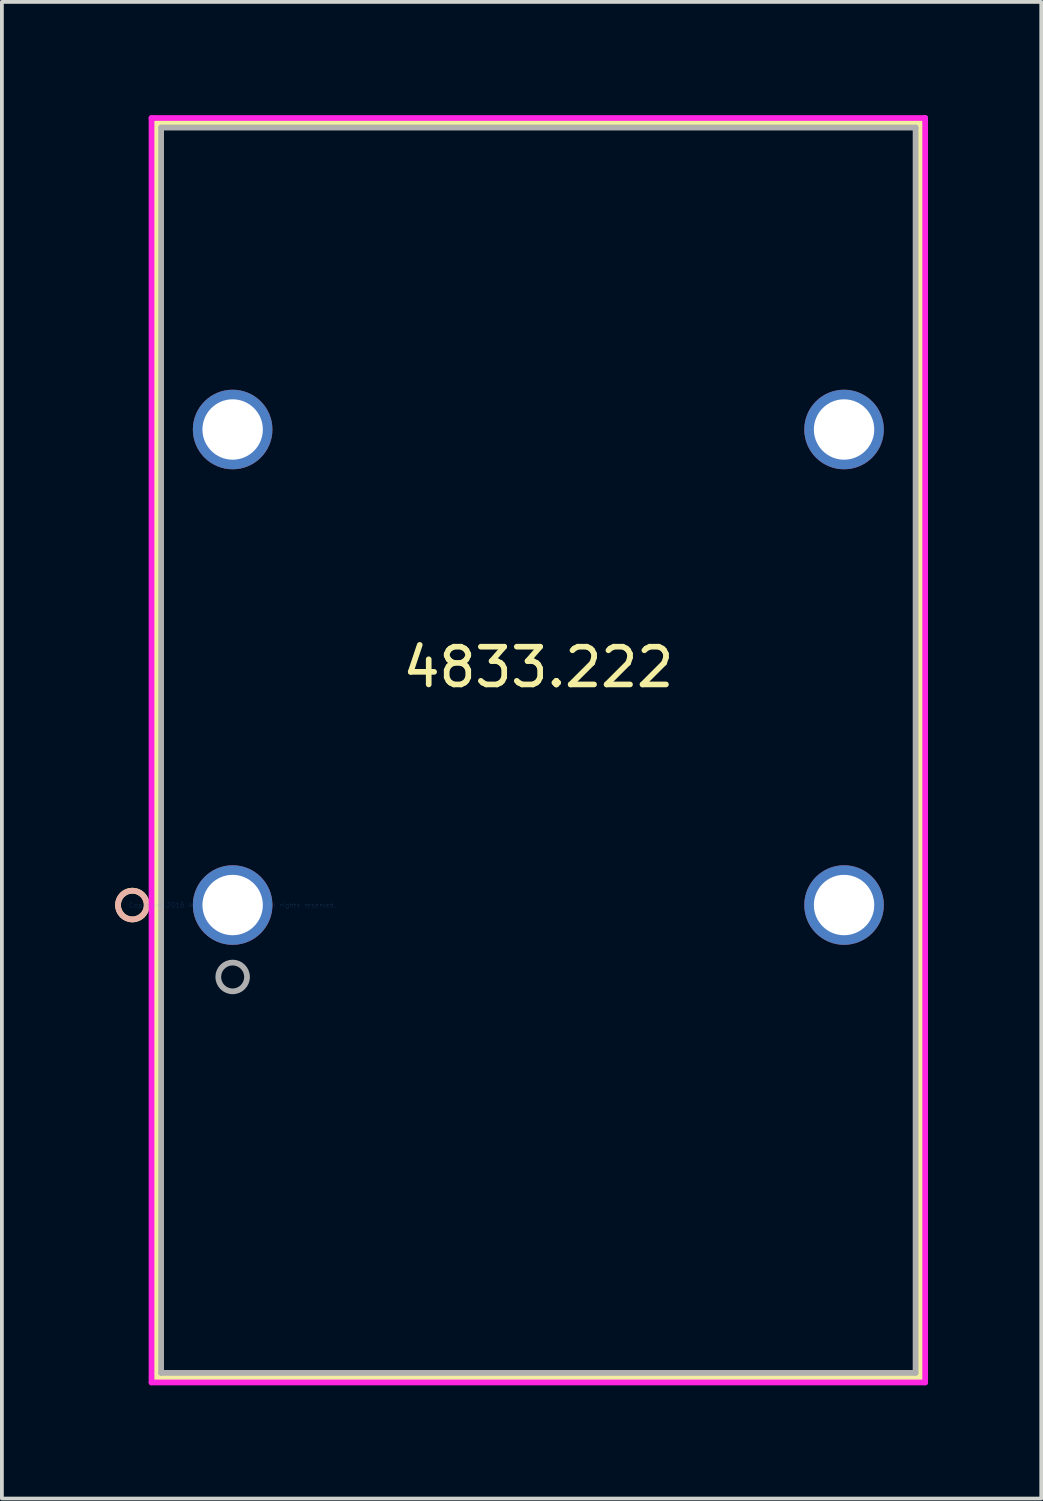
<source format=kicad_pcb>
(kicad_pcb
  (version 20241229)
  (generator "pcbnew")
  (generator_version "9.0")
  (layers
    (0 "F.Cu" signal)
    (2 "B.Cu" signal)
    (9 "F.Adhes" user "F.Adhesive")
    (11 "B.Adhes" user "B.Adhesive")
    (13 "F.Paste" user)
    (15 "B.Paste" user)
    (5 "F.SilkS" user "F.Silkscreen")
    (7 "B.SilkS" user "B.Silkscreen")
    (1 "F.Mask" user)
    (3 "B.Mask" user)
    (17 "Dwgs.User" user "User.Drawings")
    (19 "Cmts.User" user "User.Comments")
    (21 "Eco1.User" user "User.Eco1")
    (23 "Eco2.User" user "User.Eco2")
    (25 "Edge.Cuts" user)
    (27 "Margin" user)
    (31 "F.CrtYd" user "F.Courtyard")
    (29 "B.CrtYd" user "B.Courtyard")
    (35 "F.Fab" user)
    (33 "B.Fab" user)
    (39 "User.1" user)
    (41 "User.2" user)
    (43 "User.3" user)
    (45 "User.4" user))
  (footprint "4833.222"
    (layer "F.Cu")
    (at 3.114 20.93)
    (property "Reference" "4833.222" (at 8.1 -6.3 0) (layer "F.SilkS") (effects (font (size 1 1) (thickness 0.15))))
    (attr through_hole)
    (fp_line (start -2.022 -20.727) (end -2.022 12.522) (stroke (width 0.152) (type solid)) (layer "F.SilkS"))
    (fp_line (start -2.022 12.522) (end 18.222 12.522) (stroke (width 0.152) (type solid)) (layer "F.SilkS"))
    (fp_line (start 18.222 -20.727) (end -2.022 -20.727) (stroke (width 0.152) (type solid)) (layer "F.SilkS"))
    (fp_line (start 18.222 12.522) (end 18.222 -20.727) (stroke (width 0.152) (type solid)) (layer "F.SilkS"))
    (fp_circle (center -2.657 0) (end -2.276 0) (stroke (width 0.152) (type solid)) (fill no) (layer "F.SilkS"))
    (fp_circle (center -2.657 0) (end -2.276 0) (stroke (width 0.152) (type solid)) (fill no) (layer "B.SilkS"))
    (fp_line (start -2.149 -20.854) (end -2.149 12.649) (stroke (width 0.152) (type solid)) (layer "F.CrtYd"))
    (fp_line (start -2.149 12.649) (end 18.349 12.649) (stroke (width 0.152) (type solid)) (layer "F.CrtYd"))
    (fp_line (start 18.349 -20.854) (end -2.149 -20.854) (stroke (width 0.152) (type solid)) (layer "F.CrtYd"))
    (fp_line (start 18.349 12.649) (end 18.349 -20.854) (stroke (width 0.152) (type solid)) (layer "F.CrtYd"))
    (fp_line (start -1.895 -20.6) (end -1.895 12.395) (stroke (width 0.152) (type solid)) (layer "F.Fab"))
    (fp_line (start -1.895 12.395) (end 18.095 12.395) (stroke (width 0.152) (type solid)) (layer "F.Fab"))
    (fp_line (start 18.095 -20.6) (end -1.895 -20.6) (stroke (width 0.152) (type solid)) (layer "F.Fab"))
    (fp_line (start 18.095 12.395) (end 18.095 -20.6) (stroke (width 0.152) (type solid)) (layer "F.Fab"))
    (fp_circle (center 0 1.905) (end 0.381 1.905) (stroke (width 0.152) (type solid)) (fill no) (layer "F.Fab"))
    (fp_text user "*" (at 0 0 0) (layer "F.SilkS") (effects (font (size 1 1) (thickness 0.15))))
    (fp_text user "Copyright 2016 Accelerated Designs. All rights reserved." (at 0 0 0) (layer "Cmts.User") (effects (font (size 0.127 0.127) (thickness 0.002))))
    (fp_text user "*" (at 0 0 0) (layer "F.Fab") (effects (font (size 1 1) (thickness 0.15))))
    (pad "F1" thru_hole circle (at 0 0) (size 2.108 2.108) (drill 1.6) (layers "*.Cu" "*.Mask"))
    (pad "F2" thru_hole circle (at 0 -12.6) (size 2.108 2.108) (drill 1.6) (layers "*.Cu" "*.Mask"))
    (pad "S1" thru_hole circle (at 16.2 0) (size 2.108 2.108) (drill 1.6) (layers "*.Cu" "*.Mask"))
    (pad "S2" thru_hole circle (at 16.2 -12.6) (size 2.108 2.108) (drill 1.6) (layers "*.Cu" "*.Mask")))
  (gr_rect
    (start -3 -3)
    (end 24.539 36.655)
    (stroke (width 0.1) (type default))
    (fill no)
    (layer "Edge.Cuts")))
</source>
